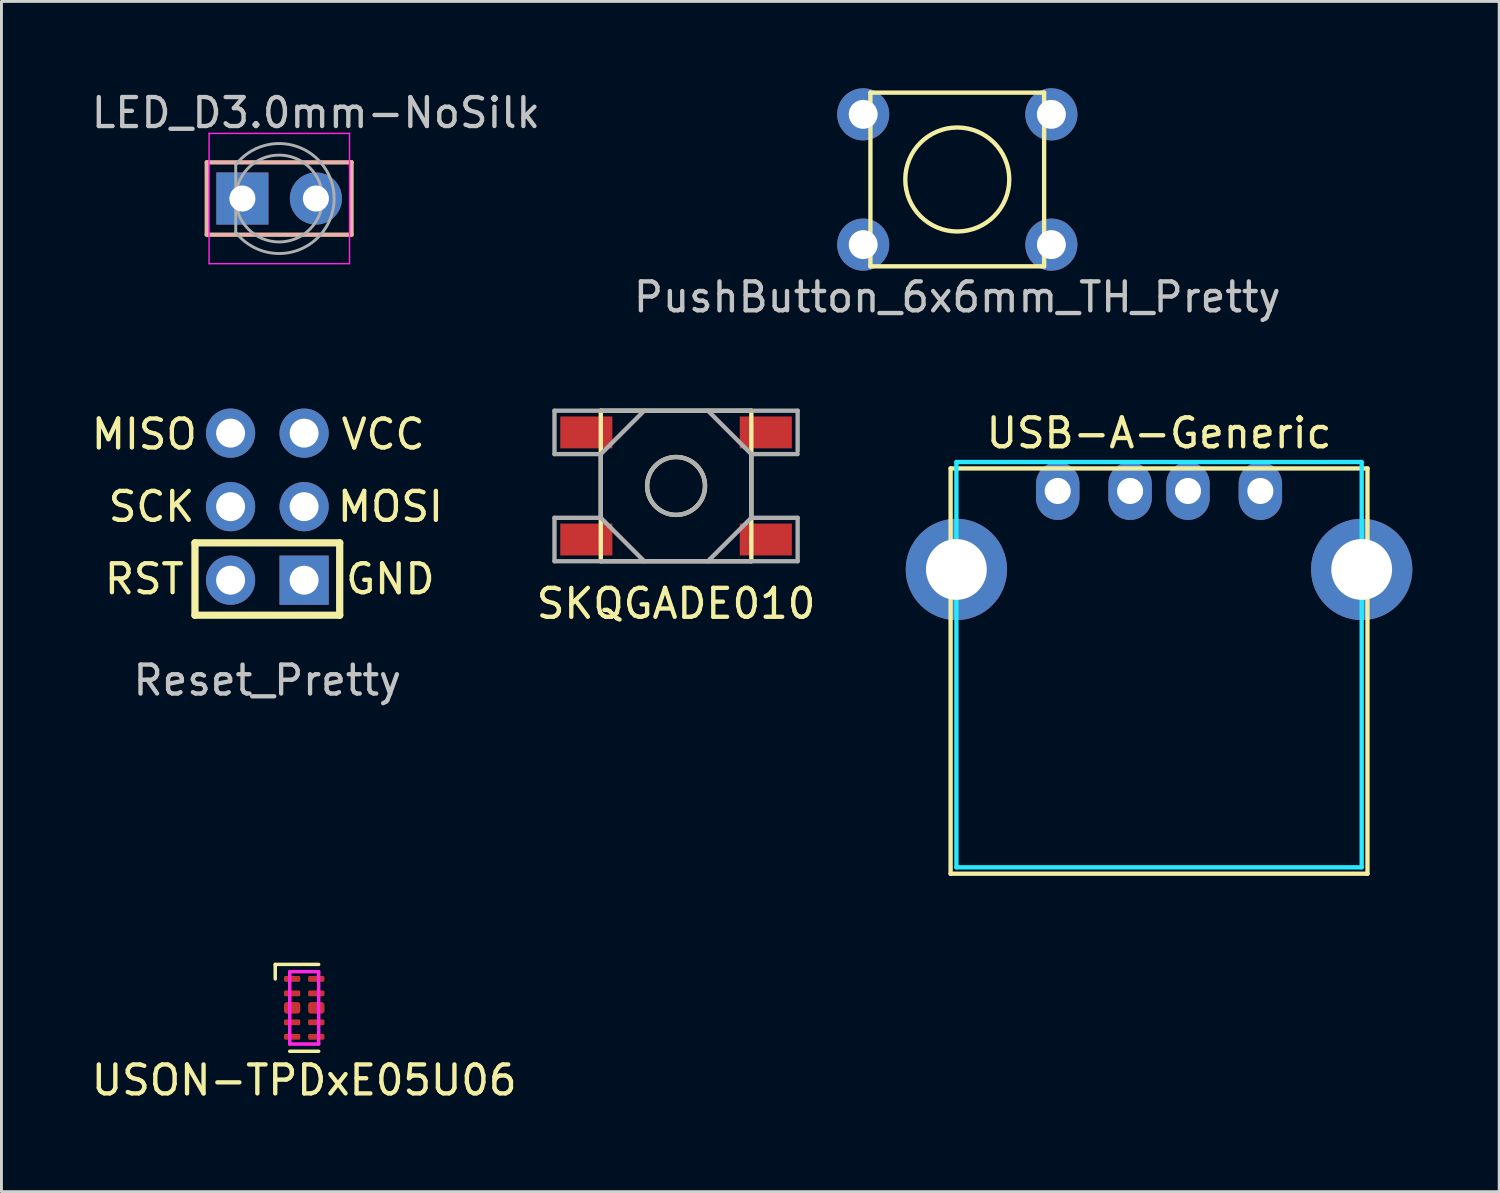
<source format=kicad_pcb>
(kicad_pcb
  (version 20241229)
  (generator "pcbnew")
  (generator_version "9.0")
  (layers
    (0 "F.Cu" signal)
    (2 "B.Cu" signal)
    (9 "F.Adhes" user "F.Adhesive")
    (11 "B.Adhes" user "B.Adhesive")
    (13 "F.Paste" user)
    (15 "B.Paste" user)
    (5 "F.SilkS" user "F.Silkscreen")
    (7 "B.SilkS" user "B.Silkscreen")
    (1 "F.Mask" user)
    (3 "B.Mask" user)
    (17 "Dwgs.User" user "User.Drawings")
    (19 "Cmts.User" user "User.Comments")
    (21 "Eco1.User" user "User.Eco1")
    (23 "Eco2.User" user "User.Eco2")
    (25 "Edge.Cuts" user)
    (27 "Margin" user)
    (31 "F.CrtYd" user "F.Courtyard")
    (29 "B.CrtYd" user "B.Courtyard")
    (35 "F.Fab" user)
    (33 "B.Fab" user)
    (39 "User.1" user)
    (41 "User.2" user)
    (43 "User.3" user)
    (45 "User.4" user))
  (footprint "SKQGADE010"
    (layer "F.Cu")
    (at 20.304 13.737)
    (property "Reference" "SKQGADE010" (at 0 4.064 0) (layer "F.SilkS") (effects (font (size 1 1) (thickness 0.15))))
    (attr smd)
    (fp_line (start -2.6 -2.6) (end 2.6 -2.6) (stroke (width 0.15) (type solid)) (layer "F.SilkS"))
    (fp_line (start -2.6 2.6) (end -2.6 -2.6) (stroke (width 0.15) (type solid)) (layer "F.SilkS"))
    (fp_line (start 2.6 -2.6) (end 2.6 2.6) (stroke (width 0.15) (type solid)) (layer "F.SilkS"))
    (fp_line (start 2.6 2.6) (end -2.6 2.6) (stroke (width 0.15) (type solid)) (layer "F.SilkS"))
    (fp_circle (center 0 0) (end 1 0) (stroke (width 0.15) (type solid)) (fill no) (layer "F.SilkS"))
    (fp_line (start -4.2 -2.6) (end 4.2 -2.6) (stroke (width 0.15) (type solid)) (layer "F.Fab"))
    (fp_line (start -4.2 -1.1) (end -4.2 -2.6) (stroke (width 0.15) (type solid)) (layer "F.Fab"))
    (fp_line (start -4.2 1.1) (end -2.6 1.1) (stroke (width 0.15) (type solid)) (layer "F.Fab"))
    (fp_line (start -4.2 2.6) (end -4.2 1.1) (stroke (width 0.15) (type solid)) (layer "F.Fab"))
    (fp_line (start -2.6 -1.1) (end -4.2 -1.1) (stroke (width 0.15) (type solid)) (layer "F.Fab"))
    (fp_line (start -2.6 -1.1) (end -1.1 -2.6) (stroke (width 0.15) (type solid)) (layer "F.Fab"))
    (fp_line (start -2.6 1.1) (end -2.6 -1.1) (stroke (width 0.15) (type solid)) (layer "F.Fab"))
    (fp_line (start -2.6 1.1) (end -1.1 2.6) (stroke (width 0.15) (type solid)) (layer "F.Fab"))
    (fp_line (start 2.6 -1.1) (end 1.1 -2.6) (stroke (width 0.15) (type solid)) (layer "F.Fab"))
    (fp_line (start 2.6 -1.1) (end 2.6 1.1) (stroke (width 0.15) (type solid)) (layer "F.Fab"))
    (fp_line (start 2.6 1.1) (end 1.1 2.6) (stroke (width 0.15) (type solid)) (layer "F.Fab"))
    (fp_line (start 2.6 1.1) (end 4.2 1.1) (stroke (width 0.15) (type solid)) (layer "F.Fab"))
    (fp_line (start 4.2 -2.6) (end 4.2 -1.2) (stroke (width 0.15) (type solid)) (layer "F.Fab"))
    (fp_line (start 4.2 -1.1) (end 2.6 -1.1) (stroke (width 0.15) (type solid)) (layer "F.Fab"))
    (fp_line (start 4.2 1.1) (end 4.2 2.6) (stroke (width 0.15) (type solid)) (layer "F.Fab"))
    (fp_line (start 4.2 2.6) (end -4.2 2.6) (stroke (width 0.15) (type solid)) (layer "F.Fab"))
    (fp_circle (center 0 0) (end 1 0) (stroke (width 0.15) (type solid)) (fill no) (layer "F.Fab"))
    (pad "1" smd rect (at 3.1 1.85) (size 1.8 1.1) (layers "F.Cu" "F.Mask" "F.Paste"))
    (pad "2" smd rect (at -3.1 -1.85) (size 1.8 1.1) (layers "F.Cu" "F.Mask" "F.Paste"))
    (pad "3" smd rect (at 3.1 -1.85) (size 1.8 1.1) (layers "F.Cu" "F.Mask" "F.Paste"))
    (pad "4" smd rect (at -3.1 1.85) (size 1.8 1.1) (layers "F.Cu" "F.Mask" "F.Paste")))
  (footprint "USB-A-Generic"
    (layer "F.Cu")
    (at 36.988 13.911)
    (property "Reference" "USB-A-Generic" (at 0 -2 0) (layer "F.SilkS") (effects (font (size 1 1) (thickness 0.15))))
    (attr through_hole)
    (fp_line (start -7.2 -0.78) (end -7.2 13.22) (stroke (width 0.15) (type solid)) (layer "F.SilkS"))
    (fp_line (start -7.2 -0.78) (end 7.2 -0.78) (stroke (width 0.15) (type solid)) (layer "F.SilkS"))
    (fp_line (start 7.2 13.22) (end -7.2 13.22) (stroke (width 0.15) (type solid)) (layer "F.SilkS"))
    (fp_line (start 7.2 13.22) (end 7.2 -0.78) (stroke (width 0.15) (type solid)) (layer "F.SilkS"))
    (fp_line (start -7 -1) (end -7 13) (stroke (width 0.15) (type solid)) (layer "B.CrtYd"))
    (fp_line (start -7 13) (end 7 13) (stroke (width 0.15) (type solid)) (layer "B.CrtYd"))
    (fp_line (start 7 -1) (end -7 -1) (stroke (width 0.15) (type solid)) (layer "B.CrtYd"))
    (fp_line (start 7 13) (end 7 -1) (stroke (width 0.15) (type solid)) (layer "B.CrtYd"))
    (pad "1" thru_hole oval (at -3.5 0) (size 1.5 2) (drill 0.9) (layers "*.Cu" "*.Mask"))
    (pad "2" thru_hole oval (at -1 0) (size 1.5 2) (drill 0.9) (layers "*.Cu" "*.Mask"))
    (pad "3" thru_hole oval (at 1 0) (size 1.5 2) (drill 0.9) (layers "*.Cu" "*.Mask"))
    (pad "4" thru_hole oval (at 3.5 0) (size 1.5 2) (drill 0.9) (layers "*.Cu" "*.Mask"))
    (pad "5" thru_hole circle (at -7 2.71) (size 3.5 3.5) (drill 2.1) (layers "*.Cu" "*.Mask"))
    (pad "5" thru_hole circle (at 7 2.71) (size 3.5 3.5) (drill 2.1) (layers "*.Cu" "*.Mask")))
  (footprint "Reset_Pretty"
    (layer "F.Cu")
    (at 6.185 14.452)
    (property "Reference" "Reset_Pretty" (at 0 6 0) (layer "Dwgs.User") (effects (font (size 1 1) (thickness 0.15))))
    (attr exclude_from_pos_files exclude_from_bom)
    (fp_line (start -2.5 1.25) (end 2.5 1.25) (stroke (width 0.25) (type solid)) (layer "F.SilkS"))
    (fp_line (start -2.5 3.75) (end -2.5 1.25) (stroke (width 0.25) (type solid)) (layer "F.SilkS"))
    (fp_line (start 2.5 1.25) (end 2.5 3.75) (stroke (width 0.25) (type solid)) (layer "F.SilkS"))
    (fp_line (start 2.5 3.75) (end -2.5 3.75) (stroke (width 0.25) (type solid)) (layer "F.SilkS"))
    (fp_text user "GND" (at 4.25 2.5 0) (layer "F.SilkS") (effects (font (size 1 1) (thickness 0.15))))
    (fp_text user "MOSI" (at 4.25 0 0) (layer "F.SilkS") (effects (font (size 1 1) (thickness 0.15))))
    (fp_text user "VCC" (at 4 -2.5 0) (layer "F.SilkS") (effects (font (size 1 1) (thickness 0.15))))
    (fp_text user "MISO" (at -4.25 -2.5 0) (layer "F.SilkS") (effects (font (size 1 1) (thickness 0.15))))
    (fp_text user "SCK" (at -4 0 0) (layer "F.SilkS") (effects (font (size 1 1) (thickness 0.15))))
    (fp_text user "RST" (at -4.25 2.5 0) (layer "F.SilkS") (effects (font (size 1 1) (thickness 0.15))))
    (pad "1" thru_hole circle (at -1.27 -2.54) (size 1.7 1.7) (drill 1) (layers "*.Cu" "*.Mask"))
    (pad "2" thru_hole circle (at 1.27 -2.54) (size 1.7 1.7) (drill 1) (layers "*.Cu" "*.Mask"))
    (pad "3" thru_hole circle (at -1.27 0) (size 1.7 1.7) (drill 1) (layers "*.Cu" "*.Mask"))
    (pad "4" thru_hole circle (at 1.27 0) (size 1.7 1.7) (drill 1) (layers "*.Cu" "*.Mask"))
    (pad "5" thru_hole circle (at -1.27 2.54) (size 1.7 1.7) (drill 1) (layers "*.Cu" "*.Mask"))
    (pad "6" thru_hole rect (at 1.27 2.54) (size 1.7 1.7) (drill 1) (layers "*.Cu" "*.Mask")))
  (footprint "LED_D3.0mm-NoSilk"
    (layer "F.Cu")
    (at 6.593 3.808)
    (property "Reference" "LED_D3.0mm-NoSilk" (at 1.27 -2.96 0) (layer "Dwgs.User") (effects (font (size 1 1) (thickness 0.15))))
    (attr through_hole)
    (fp_line (start -2.5 -1.25) (end 2.5 -1.25) (stroke (width 0.15) (type solid)) (layer "B.SilkS"))
    (fp_line (start -2.5 1.25) (end -2.5 -1.25) (stroke (width 0.15) (type solid)) (layer "B.SilkS"))
    (fp_line (start 2.5 -1.25) (end 2.5 1.25) (stroke (width 0.15) (type solid)) (layer "B.SilkS"))
    (fp_line (start 2.5 1.25) (end -2.5 1.25) (stroke (width 0.15) (type solid)) (layer "B.SilkS"))
    (fp_line (start -2.42 -2.25) (end -2.42 2.25) (stroke (width 0.05) (type solid)) (layer "F.CrtYd"))
    (fp_line (start -2.42 2.25) (end 2.43 2.25) (stroke (width 0.05) (type solid)) (layer "F.CrtYd"))
    (fp_line (start 2.43 -2.25) (end -2.42 -2.25) (stroke (width 0.05) (type solid)) (layer "F.CrtYd"))
    (fp_line (start 2.43 2.25) (end 2.43 -2.25) (stroke (width 0.05) (type solid)) (layer "F.CrtYd"))
    (fp_line (start -1.5 -1.166) (end -1.5 1.166) (stroke (width 0.1) (type solid)) (layer "F.Fab"))
    (fp_arc (start -1.5 -1.16619) (mid 1.9 0.000452) (end -1.500555 1.165476) (stroke (width 0.1) (type solid)) (layer "F.Fab"))
    (fp_circle (center 0 0) (end 1.5 0) (stroke (width 0.1) (type solid)) (fill no) (layer "F.Fab"))
    (pad "1" thru_hole rect (at -1.27 0) (size 1.8 1.8) (drill 0.9) (layers "*.Cu" "B.Mask"))
    (pad "2" thru_hole circle (at 1.27 0) (size 1.8 1.8) (drill 0.9) (layers "*.Cu" "B.Mask")))
  (footprint "USON-TPDxE05U06"
    (layer "F.Cu")
    (at 7.458 31.765)
    (property "Reference" "USON-TPDxE05U06" (at 0 2.5 0) (layer "F.SilkS") (effects (font (size 1 1) (thickness 0.15))))
    (attr smd)
    (fp_line (start -1 -1.5) (end -1 -1) (stroke (width 0.12) (type solid)) (layer "F.SilkS"))
    (fp_line (start -0.5 1.5) (end 0.5 1.5) (stroke (width 0.12) (type solid)) (layer "F.SilkS"))
    (fp_line (start 0.5 -1.5) (end -1 -1.5) (stroke (width 0.12) (type solid)) (layer "F.SilkS"))
    (fp_line (start -0.5 -1.25) (end -0.5 1.25) (stroke (width 0.12) (type solid)) (layer "F.CrtYd"))
    (fp_line (start -0.5 1.25) (end 0.5 1.25) (stroke (width 0.12) (type solid)) (layer "F.CrtYd"))
    (fp_line (start 0.5 -1.25) (end -0.5 -1.25) (stroke (width 0.12) (type solid)) (layer "F.CrtYd"))
    (fp_line (start 0.5 1.25) (end 0.5 -1.25) (stroke (width 0.12) (type solid)) (layer "F.CrtYd"))
    (pad "1" smd roundrect (at -0.417 -1) (size 0.565 0.2) (layers "F.Cu" "F.Mask" "F.Paste") (roundrect_rratio 0.25))
    (pad "2" smd roundrect (at -0.417 -0.5) (size 0.565 0.2) (layers "F.Cu" "F.Mask" "F.Paste") (roundrect_rratio 0.25))
    (pad "3" smd roundrect (at -0.417 0) (size 0.565 0.4) (layers "F.Cu" "F.Mask" "F.Paste") (roundrect_rratio 0.25))
    (pad "4" smd roundrect (at -0.417 0.5) (size 0.565 0.2) (layers "F.Cu" "F.Mask" "F.Paste") (roundrect_rratio 0.25))
    (pad "5" smd roundrect (at -0.417 1) (size 0.565 0.2) (layers "F.Cu" "F.Mask" "F.Paste") (roundrect_rratio 0.25))
    (pad "6" smd roundrect (at 0.417 1) (size 0.565 0.2) (layers "F.Cu" "F.Mask" "F.Paste") (roundrect_rratio 0.25))
    (pad "7" smd roundrect (at 0.417 0.5) (size 0.565 0.2) (layers "F.Cu" "F.Mask" "F.Paste") (roundrect_rratio 0.25))
    (pad "8" smd roundrect (at 0.417 0) (size 0.565 0.4) (layers "F.Cu" "F.Mask" "F.Paste") (roundrect_rratio 0.25))
    (pad "9" smd roundrect (at 0.417 -0.5) (size 0.565 0.2) (layers "F.Cu" "F.Mask" "F.Paste") (roundrect_rratio 0.25))
    (pad "10" smd roundrect (at 0.417 -1) (size 0.565 0.2) (layers "F.Cu" "F.Mask" "F.Paste") (roundrect_rratio 0.25)))
  (footprint "PushButton_6x6mm_TH_Pretty"
    (layer "F.Cu")
    (at 30.018 3.15)
    (property "Reference" "PushButton_6x6mm_TH_Pretty" (at 0 4.064 0) (layer "Dwgs.User") (effects (font (size 1 1) (thickness 0.15))))
    (attr through_hole)
    (fp_line (start -3 -3) (end 3 -3) (stroke (width 0.15) (type solid)) (layer "F.SilkS"))
    (fp_line (start -3 3) (end -3 -3) (stroke (width 0.15) (type solid)) (layer "F.SilkS"))
    (fp_line (start 3 -3) (end 3 3) (stroke (width 0.15) (type solid)) (layer "F.SilkS"))
    (fp_line (start 3 3) (end -3 3) (stroke (width 0.15) (type solid)) (layer "F.SilkS"))
    (fp_circle (center 0 0) (end 1.27 -1.27) (stroke (width 0.15) (type solid)) (fill no) (layer "F.SilkS"))
    (pad "1" thru_hole circle (at 3.25 -2.25) (size 1.8 1.8) (drill 1) (layers "*.Cu" "B.Mask"))
    (pad "2" thru_hole circle (at -3.25 2.25) (size 1.8 1.8) (drill 1) (layers "*.Cu" "B.Mask"))
    (pad "3" thru_hole circle (at 3.25 2.25) (size 1.8 1.8) (drill 1) (layers "*.Cu" "B.Mask"))
    (pad "4" thru_hole circle (at -3.25 -2.25) (size 1.8 1.8) (drill 1) (layers "*.Cu" "B.Mask")))
  (gr_rect
    (start -3 -3)
    (end 48.738 38.114)
    (stroke (width 0.1) (type default))
    (fill no)
    (layer "Edge.Cuts")))
</source>
